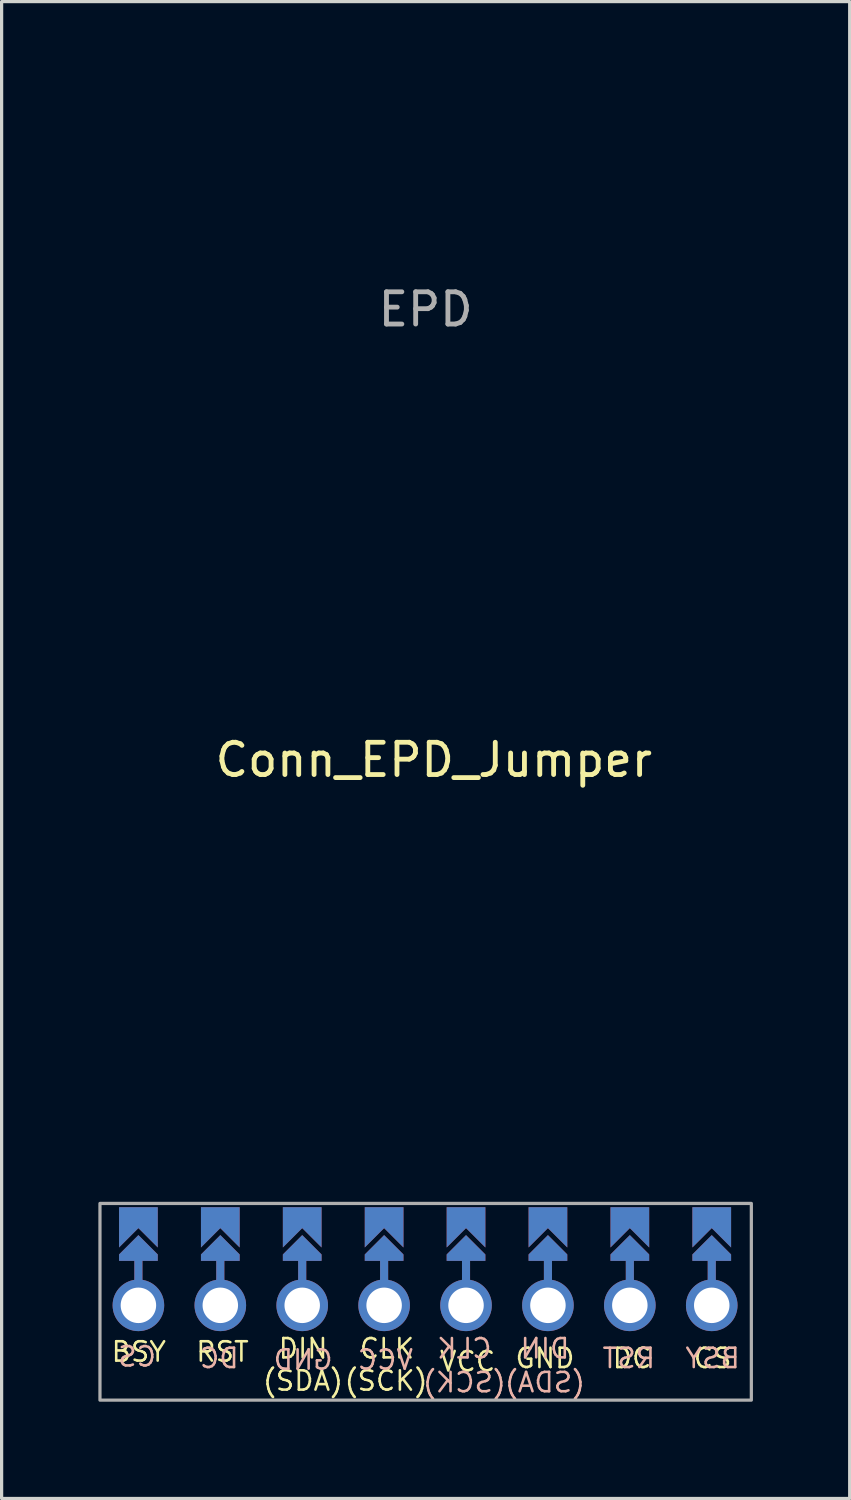
<source format=kicad_pcb>
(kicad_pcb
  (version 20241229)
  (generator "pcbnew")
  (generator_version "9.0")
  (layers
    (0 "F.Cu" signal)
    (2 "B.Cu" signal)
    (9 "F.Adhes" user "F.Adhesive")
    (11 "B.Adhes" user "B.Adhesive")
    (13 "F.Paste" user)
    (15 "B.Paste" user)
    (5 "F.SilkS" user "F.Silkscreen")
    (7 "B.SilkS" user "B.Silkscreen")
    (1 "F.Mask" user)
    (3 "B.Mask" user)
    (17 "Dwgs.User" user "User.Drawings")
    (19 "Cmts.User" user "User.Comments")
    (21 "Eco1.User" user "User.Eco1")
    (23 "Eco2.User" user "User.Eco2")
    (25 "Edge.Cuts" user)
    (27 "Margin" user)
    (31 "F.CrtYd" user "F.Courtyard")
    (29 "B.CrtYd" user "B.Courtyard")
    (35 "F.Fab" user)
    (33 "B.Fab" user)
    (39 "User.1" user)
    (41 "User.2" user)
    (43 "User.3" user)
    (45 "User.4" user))
  (footprint "Conn_EPD_Jumper"
    (layer "F.Cu")
    (at 10.15 36.77)
    (property "Reference" "Conn_EPD_Jumper" (at 0.254 -16.256 0) (layer "F.SilkS") (effects (font (size 1 1) (thickness 0.15))))
    (fp_poly (pts (xy -9.416 -1.88) (xy -8.4 -1.88) (xy -8.4 -0.864) (xy -9.416 -0.864)) (stroke (width 0.1) (type solid)) (fill yes) (layer "F.Mask"))
    (fp_poly (pts (xy -6.876 -1.88) (xy -5.86 -1.88) (xy -5.86 -0.864) (xy -6.876 -0.864)) (stroke (width 0.1) (type solid)) (fill yes) (layer "F.Mask"))
    (fp_poly (pts (xy -4.336 -1.88) (xy -3.32 -1.88) (xy -3.32 -0.864) (xy -4.336 -0.864)) (stroke (width 0.1) (type solid)) (fill yes) (layer "F.Mask"))
    (fp_poly (pts (xy -1.796 -1.88) (xy -0.78 -1.88) (xy -0.78 -0.864) (xy -1.796 -0.864)) (stroke (width 0.1) (type solid)) (fill yes) (layer "F.Mask"))
    (fp_poly (pts (xy 0.744 -1.88) (xy 1.76 -1.88) (xy 1.76 -0.864) (xy 0.744 -0.864)) (stroke (width 0.1) (type solid)) (fill yes) (layer "F.Mask"))
    (fp_poly (pts (xy 3.284 -1.88) (xy 4.3 -1.88) (xy 4.3 -0.864) (xy 3.284 -0.864)) (stroke (width 0.1) (type solid)) (fill yes) (layer "F.Mask"))
    (fp_poly (pts (xy 5.824 -1.88) (xy 6.84 -1.88) (xy 6.84 -0.864) (xy 5.824 -0.864)) (stroke (width 0.1) (type solid)) (fill yes) (layer "F.Mask"))
    (fp_poly (pts (xy 8.364 -1.88) (xy 9.38 -1.88) (xy 9.38 -0.864) (xy 8.364 -0.864)) (stroke (width 0.1) (type solid)) (fill yes) (layer "F.Mask"))
    (fp_poly (pts (xy -9.416 -1.88) (xy -8.4 -1.88) (xy -8.4 -0.864) (xy -9.416 -0.864)) (stroke (width 0.1) (type solid)) (fill yes) (layer "B.Mask"))
    (fp_poly (pts (xy -6.876 -1.88) (xy -5.86 -1.88) (xy -5.86 -0.864) (xy -6.876 -0.864)) (stroke (width 0.1) (type solid)) (fill yes) (layer "B.Mask"))
    (fp_poly (pts (xy -4.336 -1.88) (xy -3.32 -1.88) (xy -3.32 -0.864) (xy -4.336 -0.864)) (stroke (width 0.1) (type solid)) (fill yes) (layer "B.Mask"))
    (fp_poly (pts (xy -1.796 -1.88) (xy -0.78 -1.88) (xy -0.78 -0.864) (xy -1.796 -0.864)) (stroke (width 0.1) (type solid)) (fill yes) (layer "B.Mask"))
    (fp_poly (pts (xy 0.744 -1.88) (xy 1.76 -1.88) (xy 1.76 -0.864) (xy 0.744 -0.864)) (stroke (width 0.1) (type solid)) (fill yes) (layer "B.Mask"))
    (fp_poly (pts (xy 3.284 -1.88) (xy 4.3 -1.88) (xy 4.3 -0.864) (xy 3.284 -0.864)) (stroke (width 0.1) (type solid)) (fill yes) (layer "B.Mask"))
    (fp_poly (pts (xy 5.824 -1.88) (xy 6.84 -1.88) (xy 6.84 -0.864) (xy 5.824 -0.864)) (stroke (width 0.1) (type solid)) (fill yes) (layer "B.Mask"))
    (fp_poly (pts (xy 8.364 -1.88) (xy 9.38 -1.88) (xy 9.38 -0.864) (xy 8.364 -0.864)) (stroke (width 0.1) (type solid)) (fill yes) (layer "B.Mask"))
    (fp_rect (start -10.1 -2.5) (end 10.1 2.076) (stroke (width 0.1) (type solid)) (fill no) (layer "Eco2.User"))
    (fp_rect (start -10.1 -2.5) (end 10.1 3.6) (stroke (width 0.1) (type solid)) (fill no) (layer "F.Fab"))
    (fp_rect (start -9.7 -33.34) (end 9.7 3.16) (stroke (width 0.12) (type solid)) (fill no) (layer "User.1"))
    (fp_rect (start -9.3 -32.34) (end 9.3 -0.84) (stroke (width 0.12) (type solid)) (fill no) (layer "User.1"))
    (fp_rect (start -7.3 -24.34) (end 7.3 -2.84) (stroke (width 0.12) (type solid)) (fill no) (layer "User.1"))
    (fp_rect (start -6.1 -36.71) (end 6.1 2.09) (stroke (width 0.12) (type solid)) (fill no) (layer "User.2"))
    (fp_rect (start -5.9 -29.71) (end 5.9 -3.91) (stroke (width 0.12) (type solid)) (fill no) (layer "User.2"))
    (fp_text user "(SCK)" (at -1.227 3 0) (layer "F.SilkS") (effects (font (size 0.6 0.6) (thickness 0.08))))
    (fp_text user "DIN" (at -3.8 2 0) (layer "F.SilkS") (effects (font (size 0.6 0.6) (thickness 0.08))))
    (fp_text user "(SDA)" (at -3.804 3 0) (layer "F.SilkS") (effects (font (size 0.6 0.6) (thickness 0.08))))
    (fp_text user "BSY" (at -8.896 2.1 0) (layer "F.SilkS") (effects (font (size 0.6 0.6) (thickness 0.08))))
    (fp_text user "CLK" (at -1.2 2 0) (layer "F.SilkS") (effects (font (size 0.6 0.6) (thickness 0.08))))
    (fp_text user "CS" (at 8.9 2.3 0) (layer "F.SilkS") (effects (font (size 0.6 0.6) (thickness 0.08))))
    (fp_text user "DC" (at 6.4 2.3 0) (layer "F.SilkS") (effects (font (size 0.6 0.6) (thickness 0.08))))
    (fp_text user "VCC" (at 1.3 2.4 0) (layer "F.SilkS") (effects (font (size 0.6 0.6) (thickness 0.08))))
    (fp_text user "RST" (at -6.3 2.1 0) (layer "F.SilkS") (effects (font (size 0.6 0.6) (thickness 0.08))))
    (fp_text user "GND" (at 3.7 2.3 0) (layer "F.SilkS") (effects (font (size 0.6 0.6) (thickness 0.08))))
    (fp_text user "(SCK)" (at 1.2 3.05 0) (layer "B.SilkS") (effects (font (size 0.6 0.6) (thickness 0.08)) (justify mirror)))
    (fp_text user "GND" (at -3.8 2.35 0) (layer "B.SilkS") (effects (font (size 0.6 0.6) (thickness 0.08)) (justify mirror)))
    (fp_text user "CLK" (at 1.2 2 0) (layer "B.SilkS") (effects (font (size 0.6 0.6) (thickness 0.08)) (justify mirror)))
    (fp_text user "DC" (at -6.4 2.3 0) (layer "B.SilkS") (effects (font (size 0.6 0.6) (thickness 0.08)) (justify mirror)))
    (fp_text user "DIN" (at 3.7 2 0) (layer "B.SilkS") (effects (font (size 0.6 0.6) (thickness 0.08)) (justify mirror)))
    (fp_text user "VCC" (at -1.25 2.35 0) (layer "B.SilkS") (effects (font (size 0.6 0.6) (thickness 0.08)) (justify mirror)))
    (fp_text user "RST" (at 6.3 2.3 0) (layer "B.SilkS") (effects (font (size 0.6 0.6) (thickness 0.08)) (justify mirror)))
    (fp_text user "(SDA)" (at 3.7 3.05 0) (layer "B.SilkS") (effects (font (size 0.6 0.6) (thickness 0.08)) (justify mirror)))
    (fp_text user "CS" (at -8.95 2.25 0) (layer "B.SilkS") (effects (font (size 0.6 0.6) (thickness 0.08)) (justify mirror)))
    (fp_text user "BSY" (at 8.9 2.3 0) (layer "B.SilkS") (effects (font (size 0.6 0.6) (thickness 0.08)) (justify mirror)))
    (fp_text user "EPD" (at 0 -30.226 0) (unlocked yes) (layer "F.Fab") (effects (font (size 1 1) (thickness 0.15))))
    (pad "" smd custom (at -8.908 -1.118 180) (size 0.1 0.1) (layers "F.Cu" "F.Mask") (options (anchor rect)) (primitives (gr_poly (pts (xy 0.6 -0.2) (xy 0 0.4) (xy -0.6 -0.2) (xy -0.6 -0.4) (xy 0.6 -0.4)) (width 0) (fill yes))))
    (pad "" smd custom (at -8.908 -1.118 180) (size 0.1 0.1) (layers "B.Cu" "B.Mask") (options (anchor rect)) (primitives (gr_poly (pts (xy 0.6 -0.2) (xy 0 0.4) (xy -0.6 -0.2) (xy -0.6 -0.4) (xy 0.6 -0.4)) (width 0) (fill yes))))
    (pad "" smd custom (at -8.908 -0.61 180) (size 0.25 1) (layers "F.Cu") (options (anchor rect)) (primitives))
    (pad "" smd custom (at -8.908 -0.61 180) (size 0.25 1) (layers "B.Cu") (options (anchor rect)) (primitives))
    (pad "" thru_hole circle (at -8.908 0.66 180) (size 1.6 1.6) (drill 1.1) (layers "*.Cu" "*.Mask"))
    (pad "" smd custom (at -6.368 -1.118 180) (size 0.1 0.1) (layers "F.Cu" "F.Mask") (options (anchor rect)) (primitives (gr_poly (pts (xy 0.6 -0.2) (xy 0 0.4) (xy -0.6 -0.2) (xy -0.6 -0.4) (xy 0.6 -0.4)) (width 0) (fill yes))))
    (pad "" smd custom (at -6.368 -1.118 180) (size 0.1 0.1) (layers "B.Cu" "B.Mask") (options (anchor rect)) (primitives (gr_poly (pts (xy 0.6 -0.2) (xy 0 0.4) (xy -0.6 -0.2) (xy -0.6 -0.4) (xy 0.6 -0.4)) (width 0) (fill yes))))
    (pad "" smd custom (at -6.368 -0.61 180) (size 0.25 1) (layers "F.Cu") (options (anchor rect)) (primitives))
    (pad "" smd custom (at -6.368 -0.61 180) (size 0.25 1) (layers "B.Cu") (options (anchor rect)) (primitives))
    (pad "" thru_hole circle (at -6.368 0.66 180) (size 1.6 1.6) (drill 1.1) (layers "*.Cu" "*.Mask"))
    (pad "" smd custom (at -3.828 -1.118 180) (size 0.1 0.1) (layers "F.Cu" "F.Mask") (options (anchor rect)) (primitives (gr_poly (pts (xy 0.6 -0.2) (xy 0 0.4) (xy -0.6 -0.2) (xy -0.6 -0.4) (xy 0.6 -0.4)) (width 0) (fill yes))))
    (pad "" smd custom (at -3.828 -1.118 180) (size 0.1 0.1) (layers "B.Cu" "B.Mask") (options (anchor rect)) (primitives (gr_poly (pts (xy 0.6 -0.2) (xy 0 0.4) (xy -0.6 -0.2) (xy -0.6 -0.4) (xy 0.6 -0.4)) (width 0) (fill yes))))
    (pad "" smd custom (at -3.828 -0.61 180) (size 0.25 1) (layers "F.Cu") (options (anchor rect)) (primitives))
    (pad "" smd custom (at -3.828 -0.61 180) (size 0.25 1) (layers "B.Cu") (options (anchor rect)) (primitives))
    (pad "" thru_hole circle (at -3.828 0.66 180) (size 1.6 1.6) (drill 1.1) (layers "*.Cu" "*.Mask"))
    (pad "" smd custom (at -1.288 -1.118 180) (size 0.1 0.1) (layers "F.Cu" "F.Mask") (options (anchor rect)) (primitives (gr_poly (pts (xy 0.6 -0.2) (xy 0 0.4) (xy -0.6 -0.2) (xy -0.6 -0.4) (xy 0.6 -0.4)) (width 0) (fill yes))))
    (pad "" smd custom (at -1.288 -1.118 180) (size 0.1 0.1) (layers "B.Cu" "B.Mask") (options (anchor rect)) (primitives (gr_poly (pts (xy 0.6 -0.2) (xy 0 0.4) (xy -0.6 -0.2) (xy -0.6 -0.4) (xy 0.6 -0.4)) (width 0) (fill yes))))
    (pad "" smd custom (at -1.288 -0.61 180) (size 0.25 1) (layers "F.Cu") (options (anchor rect)) (primitives))
    (pad "" smd custom (at -1.288 -0.61 180) (size 0.25 1) (layers "B.Cu") (options (anchor rect)) (primitives))
    (pad "" thru_hole circle (at -1.288 0.66 180) (size 1.6 1.6) (drill 1.1) (layers "*.Cu" "*.Mask"))
    (pad "" smd custom (at 1.252 -1.118 180) (size 0.1 0.1) (layers "F.Cu" "F.Mask") (options (anchor rect)) (primitives (gr_poly (pts (xy 0.6 -0.2) (xy 0 0.4) (xy -0.6 -0.2) (xy -0.6 -0.4) (xy 0.6 -0.4)) (width 0) (fill yes))))
    (pad "" smd custom (at 1.252 -1.118 180) (size 0.1 0.1) (layers "B.Cu" "B.Mask") (options (anchor rect)) (primitives (gr_poly (pts (xy 0.6 -0.2) (xy 0 0.4) (xy -0.6 -0.2) (xy -0.6 -0.4) (xy 0.6 -0.4)) (width 0) (fill yes))))
    (pad "" smd custom (at 1.252 -0.61 180) (size 0.25 1) (layers "F.Cu") (options (anchor rect)) (primitives))
    (pad "" smd custom (at 1.252 -0.61 180) (size 0.25 1) (layers "B.Cu") (options (anchor rect)) (primitives))
    (pad "" thru_hole circle (at 1.252 0.66 180) (size 1.6 1.6) (drill 1.1) (layers "*.Cu" "*.Mask"))
    (pad "" smd custom (at 3.792 -1.118 180) (size 0.1 0.1) (layers "F.Cu" "F.Mask") (options (anchor rect)) (primitives (gr_poly (pts (xy 0.6 -0.2) (xy 0 0.4) (xy -0.6 -0.2) (xy -0.6 -0.4) (xy 0.6 -0.4)) (width 0) (fill yes))))
    (pad "" smd custom (at 3.792 -1.118 180) (size 0.1 0.1) (layers "B.Cu" "B.Mask") (options (anchor rect)) (primitives (gr_poly (pts (xy 0.6 -0.2) (xy 0 0.4) (xy -0.6 -0.2) (xy -0.6 -0.4) (xy 0.6 -0.4)) (width 0) (fill yes))))
    (pad "" smd custom (at 3.792 -0.61 180) (size 0.25 1) (layers "F.Cu") (options (anchor rect)) (primitives))
    (pad "" smd custom (at 3.792 -0.61 180) (size 0.25 1) (layers "B.Cu") (options (anchor rect)) (primitives))
    (pad "" thru_hole circle (at 3.792 0.66 180) (size 1.6 1.6) (drill 1.1) (layers "*.Cu" "*.Mask"))
    (pad "" smd custom (at 6.332 -1.118 180) (size 0.1 0.1) (layers "F.Cu" "F.Mask") (options (anchor rect)) (primitives (gr_poly (pts (xy 0.6 -0.2) (xy 0 0.4) (xy -0.6 -0.2) (xy -0.6 -0.4) (xy 0.6 -0.4)) (width 0) (fill yes))))
    (pad "" smd custom (at 6.332 -1.118 180) (size 0.1 0.1) (layers "B.Cu" "B.Mask") (options (anchor rect)) (primitives (gr_poly (pts (xy 0.6 -0.2) (xy 0 0.4) (xy -0.6 -0.2) (xy -0.6 -0.4) (xy 0.6 -0.4)) (width 0) (fill yes))))
    (pad "" smd custom (at 6.332 -0.61 180) (size 0.25 1) (layers "F.Cu") (options (anchor rect)) (primitives))
    (pad "" smd custom (at 6.332 -0.61 180) (size 0.25 1) (layers "B.Cu") (options (anchor rect)) (primitives))
    (pad "" thru_hole circle (at 6.332 0.66 180) (size 1.6 1.6) (drill 1.1) (layers "*.Cu" "*.Mask"))
    (pad "" smd custom (at 8.872 -1.118 180) (size 0.1 0.1) (layers "F.Cu" "F.Mask") (options (anchor rect)) (primitives (gr_poly (pts (xy 0.6 -0.2) (xy 0 0.4) (xy -0.6 -0.2) (xy -0.6 -0.4) (xy 0.6 -0.4)) (width 0) (fill yes))))
    (pad "" smd custom (at 8.872 -1.118 180) (size 0.1 0.1) (layers "B.Cu" "B.Mask") (options (anchor rect)) (primitives (gr_poly (pts (xy 0.6 -0.2) (xy 0 0.4) (xy -0.6 -0.2) (xy -0.6 -0.4) (xy 0.6 -0.4)) (width 0) (fill yes))))
    (pad "" smd custom (at 8.872 -0.61 180) (size 0.25 1) (layers "F.Cu") (options (anchor rect)) (primitives))
    (pad "" smd custom (at 8.872 -0.61 180) (size 0.25 1) (layers "B.Cu") (options (anchor rect)) (primitives))
    (pad "" thru_hole circle (at 8.872 0.66 180) (size 1.6 1.6) (drill 1.1) (layers "*.Cu" "*.Mask"))
    (pad "bsy" smd custom (at -8.908 -2.134 180) (size 1.2 0.5) (layers "F.Cu" "F.Mask") (options (anchor rect)) (primitives (gr_poly (pts (xy 0.6 0) (xy -0.6 0) (xy -0.6 -1) (xy 0 -0.4) (xy 0.6 -1)) (width 0) (fill yes))))
    (pad "bsy" smd custom (at 8.872 -2.134 180) (size 1.2 0.5) (layers "B.Cu" "B.Mask") (options (anchor rect)) (primitives (gr_poly (pts (xy 0.6 0) (xy -0.6 0) (xy -0.6 -1) (xy 0 -0.4) (xy 0.6 -1)) (width 0) (fill yes))))
    (pad "clk" smd custom (at -1.288 -2.134 180) (size 1.2 0.5) (layers "F.Cu" "F.Mask") (options (anchor rect)) (primitives (gr_poly (pts (xy 0.6 0) (xy -0.6 0) (xy -0.6 -1) (xy 0 -0.4) (xy 0.6 -1)) (width 0) (fill yes))))
    (pad "clk" smd custom (at 1.252 -2.134 180) (size 1.2 0.5) (layers "B.Cu" "B.Mask") (options (anchor rect)) (primitives (gr_poly (pts (xy 0.6 0) (xy -0.6 0) (xy -0.6 -1) (xy 0 -0.4) (xy 0.6 -1)) (width 0) (fill yes))))
    (pad "cs" smd custom (at -8.908 -2.134 180) (size 1.2 0.5) (layers "B.Cu" "B.Mask") (options (anchor rect)) (primitives (gr_poly (pts (xy 0.6 0) (xy -0.6 0) (xy -0.6 -1) (xy 0 -0.4) (xy 0.6 -1)) (width 0) (fill yes))))
    (pad "cs" smd custom (at 8.872 -2.134 180) (size 1.2 0.5) (layers "F.Cu" "F.Mask") (options (anchor rect)) (primitives (gr_poly (pts (xy 0.6 0) (xy -0.6 0) (xy -0.6 -1) (xy 0 -0.4) (xy 0.6 -1)) (width 0) (fill yes))))
    (pad "dc" smd custom (at -6.368 -2.134 180) (size 1.2 0.5) (layers "B.Cu" "B.Mask") (options (anchor rect)) (primitives (gr_poly (pts (xy 0.6 0) (xy -0.6 0) (xy -0.6 -1) (xy 0 -0.4) (xy 0.6 -1)) (width 0) (fill yes))))
    (pad "dc" smd custom (at 6.332 -2.134 180) (size 1.2 0.5) (layers "F.Cu" "F.Mask") (options (anchor rect)) (primitives (gr_poly (pts (xy 0.6 0) (xy -0.6 0) (xy -0.6 -1) (xy 0 -0.4) (xy 0.6 -1)) (width 0) (fill yes))))
    (pad "din" smd custom (at -3.828 -2.134 180) (size 1.2 0.5) (layers "F.Cu" "F.Mask") (options (anchor rect)) (primitives (gr_poly (pts (xy 0.6 0) (xy -0.6 0) (xy -0.6 -1) (xy 0 -0.4) (xy 0.6 -1)) (width 0) (fill yes))))
    (pad "din" smd custom (at 3.792 -2.134 180) (size 1.2 0.5) (layers "B.Cu" "B.Mask") (options (anchor rect)) (primitives (gr_poly (pts (xy 0.6 0) (xy -0.6 0) (xy -0.6 -1) (xy 0 -0.4) (xy 0.6 -1)) (width 0) (fill yes))))
    (pad "gnd" smd custom (at -3.828 -2.134 180) (size 1.2 0.5) (layers "B.Cu" "B.Mask") (options (anchor rect)) (primitives (gr_poly (pts (xy 0.6 0) (xy -0.6 0) (xy -0.6 -1) (xy 0 -0.4) (xy 0.6 -1)) (width 0) (fill yes))))
    (pad "gnd" smd custom (at 3.792 -2.134 180) (size 1.2 0.5) (layers "F.Cu" "F.Mask") (options (anchor rect)) (primitives (gr_poly (pts (xy 0.6 0) (xy -0.6 0) (xy -0.6 -1) (xy 0 -0.4) (xy 0.6 -1)) (width 0) (fill yes))))
    (pad "rst" smd custom (at -6.368 -2.134 180) (size 1.2 0.5) (layers "F.Cu" "F.Mask") (options (anchor rect)) (primitives (gr_poly (pts (xy 0.6 0) (xy -0.6 0) (xy -0.6 -1) (xy 0 -0.4) (xy 0.6 -1)) (width 0) (fill yes))))
    (pad "rst" smd custom (at 6.332 -2.134 180) (size 1.2 0.5) (layers "B.Cu" "B.Mask") (options (anchor rect)) (primitives (gr_poly (pts (xy 0.6 0) (xy -0.6 0) (xy -0.6 -1) (xy 0 -0.4) (xy 0.6 -1)) (width 0) (fill yes))))
    (pad "vcc" smd custom (at -1.288 -2.134 180) (size 1.2 0.5) (layers "B.Cu" "B.Mask") (options (anchor rect)) (primitives (gr_poly (pts (xy 0.6 0) (xy -0.6 0) (xy -0.6 -1) (xy 0 -0.4) (xy 0.6 -1)) (width 0) (fill yes))))
    (pad "vcc" smd custom (at 1.252 -2.134 180) (size 1.2 0.5) (layers "F.Cu" "F.Mask") (options (anchor rect)) (primitives (gr_poly (pts (xy 0.6 0) (xy -0.6 0) (xy -0.6 -1) (xy 0 -0.4) (xy 0.6 -1)) (width 0) (fill yes)))))
  (gr_rect
    (start -3 -3)
    (end 23.3 43.42)
    (stroke (width 0.1) (type default))
    (fill no)
    (layer "Edge.Cuts")))
</source>
